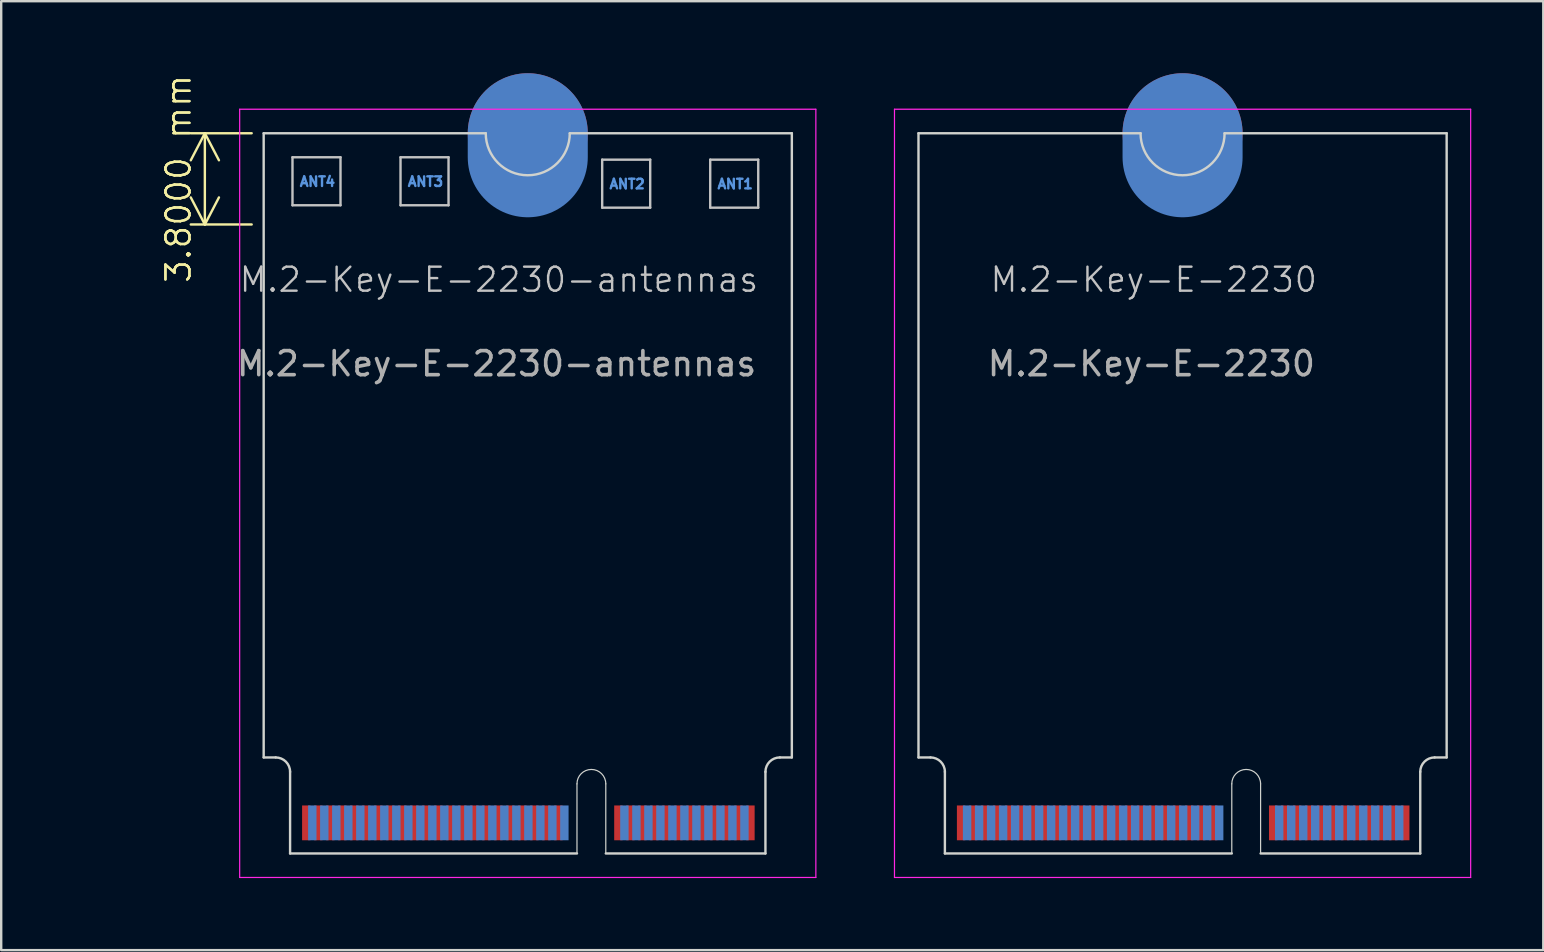
<source format=kicad_pcb>
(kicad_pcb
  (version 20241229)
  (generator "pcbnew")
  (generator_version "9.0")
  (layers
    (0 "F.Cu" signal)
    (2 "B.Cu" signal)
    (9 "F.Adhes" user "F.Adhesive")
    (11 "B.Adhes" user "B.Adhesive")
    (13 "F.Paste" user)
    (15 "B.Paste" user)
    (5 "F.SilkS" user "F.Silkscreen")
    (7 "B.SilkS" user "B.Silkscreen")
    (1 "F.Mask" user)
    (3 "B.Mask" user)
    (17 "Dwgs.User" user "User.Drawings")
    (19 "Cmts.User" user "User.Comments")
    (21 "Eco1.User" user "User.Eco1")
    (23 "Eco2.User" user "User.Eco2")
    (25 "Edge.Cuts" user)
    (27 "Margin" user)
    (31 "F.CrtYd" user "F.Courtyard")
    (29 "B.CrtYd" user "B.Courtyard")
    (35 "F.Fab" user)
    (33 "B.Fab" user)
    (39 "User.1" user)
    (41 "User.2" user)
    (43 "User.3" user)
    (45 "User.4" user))
  (footprint "M.2-Key-E-2230-antennas"
    (layer "F.Cu")
    (at 6.933 1.5)
    (property "Reference" "M.2-Key-E-2230-antennas" (at 10.8 7.1 0) (unlocked yes) (layer "Dwgs.User") (effects (font (size 1 1) (thickness 0.1))))
    (attr exclude_from_bom)
    (fp_line (start 2.2 2) (end 2.2 4) (stroke (width 0.1) (type default)) (layer "Dwgs.User"))
    (fp_line (start 2.2 4) (end 4.2 4) (stroke (width 0.1) (type default)) (layer "Dwgs.User"))
    (fp_line (start 4.2 2) (end 2.2 2) (stroke (width 0.1) (type default)) (layer "Dwgs.User"))
    (fp_line (start 4.2 4) (end 4.2 2) (stroke (width 0.1) (type default)) (layer "Dwgs.User"))
    (fp_line (start 6.7 2) (end 8.7 2) (stroke (width 0.1) (type default)) (layer "Dwgs.User"))
    (fp_line (start 6.7 4) (end 6.7 2) (stroke (width 0.1) (type default)) (layer "Dwgs.User"))
    (fp_line (start 8.7 2) (end 8.7 4) (stroke (width 0.1) (type default)) (layer "Dwgs.User"))
    (fp_line (start 8.7 4) (end 6.7 4) (stroke (width 0.1) (type default)) (layer "Dwgs.User"))
    (fp_line (start 15.1 2.1) (end 17.1 2.1) (stroke (width 0.1) (type default)) (layer "Dwgs.User"))
    (fp_line (start 15.1 4.1) (end 15.1 2.1) (stroke (width 0.1) (type default)) (layer "Dwgs.User"))
    (fp_line (start 17.1 2.1) (end 17.1 4.1) (stroke (width 0.1) (type default)) (layer "Dwgs.User"))
    (fp_line (start 17.1 4.1) (end 15.1 4.1) (stroke (width 0.1) (type default)) (layer "Dwgs.User"))
    (fp_line (start 19.6 2.1) (end 21.6 2.1) (stroke (width 0.1) (type default)) (layer "Dwgs.User"))
    (fp_line (start 19.6 4.1) (end 19.6 2.1) (stroke (width 0.1) (type default)) (layer "Dwgs.User"))
    (fp_line (start 21.6 2.1) (end 21.6 4.1) (stroke (width 0.1) (type default)) (layer "Dwgs.User"))
    (fp_line (start 21.6 4.1) (end 19.6 4.1) (stroke (width 0.1) (type default)) (layer "Dwgs.User"))
    (fp_line (start 1 1) (end 1 27) (stroke (width 0.1) (type default)) (layer "Edge.Cuts"))
    (fp_line (start 1 1) (end 10.25 1) (stroke (width 0.1) (type default)) (layer "Edge.Cuts"))
    (fp_line (start 1 27) (end 1.5 27) (stroke (width 0.1) (type default)) (layer "Edge.Cuts"))
    (fp_line (start 2.1 27.6) (end 2.1 31) (stroke (width 0.1) (type default)) (layer "Edge.Cuts"))
    (fp_line (start 2.1 31) (end 14.05 31) (stroke (width 0.1) (type default)) (layer "Edge.Cuts"))
    (fp_line (start 14.05 31) (end 14.05 28.1) (stroke (width 0.05) (type default)) (layer "Edge.Cuts"))
    (fp_line (start 15.25 28.1) (end 15.25 31) (stroke (width 0.05) (type default)) (layer "Edge.Cuts"))
    (fp_line (start 15.25 31) (end 21.9 31) (stroke (width 0.1) (type default)) (layer "Edge.Cuts"))
    (fp_line (start 21.9 27.6) (end 21.9 31) (stroke (width 0.1) (type default)) (layer "Edge.Cuts"))
    (fp_line (start 23 1) (end 13.75 1) (stroke (width 0.1) (type default)) (layer "Edge.Cuts"))
    (fp_line (start 23 1) (end 23 27) (stroke (width 0.1) (type default)) (layer "Edge.Cuts"))
    (fp_line (start 23 27) (end 22.5 27) (stroke (width 0.1) (type default)) (layer "Edge.Cuts"))
    (fp_arc (start 1.5 27) (mid 1.924264 27.175736) (end 2.1 27.6) (stroke (width 0.1) (type default)) (layer "Edge.Cuts"))
    (fp_arc (start 13.75 1) (mid 12 2.75) (end 10.25 1) (stroke (width 0.1) (type default)) (layer "Edge.Cuts"))
    (fp_arc (start 14.05 28.1) (mid 14.65 27.5) (end 15.25 28.1) (stroke (width 0.05) (type default)) (layer "Edge.Cuts"))
    (fp_arc (start 21.9 27.6) (mid 22.075736 27.175736) (end 22.5 27) (stroke (width 0.1) (type default)) (layer "Edge.Cuts"))
    (fp_line (start 0 0) (end 0 32) (stroke (width 0.05) (type default)) (layer "F.CrtYd"))
    (fp_line (start 0 32) (end 24 32) (stroke (width 0.05) (type default)) (layer "F.CrtYd"))
    (fp_line (start 24 0) (end 0 0) (stroke (width 0.05) (type default)) (layer "F.CrtYd"))
    (fp_line (start 24 32) (end 24 0) (stroke (width 0.05) (type default)) (layer "F.CrtYd"))
    (fp_text user "ANT1" (at 19.85 3.35 0) (unlocked yes) (layer "Cmts.User") (effects (font (size 0.4 0.4) (thickness 0.1) (bold yes)) (justify left bottom)))
    (fp_text user "ANT2" (at 15.35 3.35 0) (unlocked yes) (layer "Cmts.User") (effects (font (size 0.4 0.4) (thickness 0.1) (bold yes)) (justify left bottom)))
    (fp_text user "ANT4" (at 2.45 3.25 0) (unlocked yes) (layer "Cmts.User") (effects (font (size 0.4 0.4) (thickness 0.1) (bold yes)) (justify left bottom)))
    (fp_text user "ANT3" (at 6.95 3.25 0) (unlocked yes) (layer "Cmts.User") (effects (font (size 0.4 0.4) (thickness 0.1) (bold yes)) (justify left bottom)))
    (fp_text user "${REFERENCE}" (at 10.7 10.6 0) (unlocked yes) (layer "F.Fab") (effects (font (size 1 1) (thickness 0.15))))
    (dimension (type aligned) (layer "F.SilkS") (pts (xy 7.933 2.5) (xy 7.933 6.3)) (height 2.45) (format (prefix "") (suffix "") (units 3) (units_format 1) (precision 4)) (style (thickness 0.1) (arrow_length 1.27) (text_position_mode 0) (arrow_direction outward) (extension_height 0.586) (extension_offset 0.5) (keep_text_aligned yes)) (gr_text "3.8000 mm" (at 4.383 4.4 90) (layer "F.SilkS") (effects (font (size 1 1) (thickness 0.1)))))
    (pad "1" connect rect (at 21.275 29.725) (size 0.35 1.45) (layers "F.Cu" "F.Mask"))
    (pad "2" connect rect (at 21.025 29.725) (size 0.35 1.45) (layers "B.Cu" "B.Mask"))
    (pad "3" connect rect (at 20.775 29.725) (size 0.35 1.45) (layers "F.Cu" "F.Mask"))
    (pad "4" connect rect (at 20.525 29.725) (size 0.35 1.45) (layers "B.Cu" "B.Mask"))
    (pad "5" connect rect (at 20.275 29.725) (size 0.35 1.45) (layers "F.Cu" "F.Mask"))
    (pad "6" connect rect (at 20.025 29.725) (size 0.35 1.45) (layers "B.Cu" "B.Mask"))
    (pad "7" connect rect (at 19.775 29.725) (size 0.35 1.45) (layers "F.Cu" "F.Mask"))
    (pad "8" connect rect (at 19.525 29.725) (size 0.35 1.45) (layers "B.Cu" "B.Mask"))
    (pad "9" connect rect (at 19.275 29.725) (size 0.35 1.45) (layers "F.Cu" "F.Mask"))
    (pad "10" connect rect (at 19.025 29.725) (size 0.35 1.45) (layers "B.Cu" "B.Mask"))
    (pad "11" connect rect (at 18.775 29.725) (size 0.35 1.45) (layers "F.Cu" "F.Mask"))
    (pad "12" connect rect (at 18.525 29.725) (size 0.35 1.45) (layers "B.Cu" "B.Mask"))
    (pad "13" connect rect (at 18.275 29.725) (size 0.35 1.45) (layers "F.Cu" "F.Mask"))
    (pad "14" connect rect (at 18.025 29.725) (size 0.35 1.45) (layers "B.Cu" "B.Mask"))
    (pad "15" connect rect (at 17.775 29.725) (size 0.35 1.45) (layers "F.Cu" "F.Mask"))
    (pad "16" connect rect (at 17.525 29.725) (size 0.35 1.45) (layers "B.Cu" "B.Mask"))
    (pad "17" connect rect (at 17.275 29.725) (size 0.35 1.45) (layers "F.Cu" "F.Mask"))
    (pad "18" connect rect (at 17.025 29.725) (size 0.35 1.45) (layers "B.Cu" "B.Mask"))
    (pad "19" connect rect (at 16.775 29.725) (size 0.35 1.45) (layers "F.Cu" "F.Mask"))
    (pad "20" connect rect (at 16.525 29.725) (size 0.35 1.45) (layers "B.Cu" "B.Mask"))
    (pad "21" connect rect (at 16.275 29.725) (size 0.35 1.45) (layers "F.Cu" "F.Mask"))
    (pad "22" connect rect (at 16.025 29.725) (size 0.35 1.45) (layers "B.Cu" "B.Mask"))
    (pad "23" connect rect (at 15.775 29.725) (size 0.35 1.45) (layers "F.Cu" "F.Mask"))
    (pad "32" connect rect (at 13.525 29.725) (size 0.35 1.45) (layers "B.Cu" "B.Mask"))
    (pad "33" connect rect (at 13.275 29.725) (size 0.35 1.45) (layers "F.Cu" "F.Mask"))
    (pad "34" connect rect (at 13.025 29.725) (size 0.35 1.45) (layers "B.Cu" "B.Mask"))
    (pad "35" connect rect (at 12.775 29.725) (size 0.35 1.45) (layers "F.Cu" "F.Mask"))
    (pad "36" connect rect (at 12.525 29.725) (size 0.35 1.45) (layers "B.Cu" "B.Mask"))
    (pad "37" connect rect (at 12.275 29.725) (size 0.35 1.45) (layers "F.Cu" "F.Mask"))
    (pad "38" connect rect (at 12.025 29.725) (size 0.35 1.45) (layers "B.Cu" "B.Mask"))
    (pad "39" connect rect (at 11.775 29.725) (size 0.35 1.45) (layers "F.Cu" "F.Mask"))
    (pad "40" connect rect (at 11.525 29.725) (size 0.35 1.45) (layers "B.Cu" "B.Mask"))
    (pad "41" connect rect (at 11.275 29.725) (size 0.35 1.45) (layers "F.Cu" "F.Mask"))
    (pad "42" connect rect (at 11.025 29.725) (size 0.35 1.45) (layers "B.Cu" "B.Mask"))
    (pad "43" connect rect (at 10.775 29.725) (size 0.35 1.45) (layers "F.Cu" "F.Mask"))
    (pad "44" connect rect (at 10.525 29.725) (size 0.35 1.45) (layers "B.Cu" "B.Mask"))
    (pad "45" connect rect (at 10.275 29.725) (size 0.35 1.45) (layers "F.Cu" "F.Mask"))
    (pad "46" connect rect (at 10.025 29.725) (size 0.35 1.45) (layers "B.Cu" "B.Mask"))
    (pad "47" connect rect (at 9.775 29.725) (size 0.35 1.45) (layers "F.Cu" "F.Mask"))
    (pad "48" connect rect (at 9.525 29.725) (size 0.35 1.45) (layers "B.Cu" "B.Mask"))
    (pad "49" connect rect (at 9.275 29.725) (size 0.35 1.45) (layers "F.Cu" "F.Mask"))
    (pad "50" connect rect (at 9.025 29.725) (size 0.35 1.45) (layers "B.Cu" "B.Mask"))
    (pad "51" connect rect (at 8.775 29.725) (size 0.35 1.45) (layers "F.Cu" "F.Mask"))
    (pad "52" connect rect (at 8.525 29.725) (size 0.35 1.45) (layers "B.Cu" "B.Mask"))
    (pad "53" connect rect (at 8.275 29.725) (size 0.35 1.45) (layers "F.Cu" "F.Mask"))
    (pad "54" connect rect (at 8.025 29.725) (size 0.35 1.45) (layers "B.Cu" "B.Mask"))
    (pad "55" connect rect (at 7.775 29.725) (size 0.35 1.45) (layers "F.Cu" "F.Mask"))
    (pad "56" connect rect (at 7.525 29.725) (size 0.35 1.45) (layers "B.Cu" "B.Mask"))
    (pad "57" connect rect (at 7.275 29.725) (size 0.35 1.45) (layers "F.Cu" "F.Mask"))
    (pad "58" connect rect (at 7.025 29.725) (size 0.35 1.45) (layers "B.Cu" "B.Mask"))
    (pad "59" connect rect (at 6.775 29.725) (size 0.35 1.45) (layers "F.Cu" "F.Mask"))
    (pad "60" connect rect (at 6.525 29.725) (size 0.35 1.45) (layers "B.Cu" "B.Mask"))
    (pad "61" connect rect (at 6.275 29.725) (size 0.35 1.45) (layers "F.Cu" "F.Mask"))
    (pad "62" connect rect (at 6.025 29.725) (size 0.35 1.45) (layers "B.Cu" "B.Mask"))
    (pad "63" connect rect (at 5.775 29.725) (size 0.35 1.45) (layers "F.Cu" "F.Mask"))
    (pad "64" connect rect (at 5.525 29.725) (size 0.35 1.45) (layers "B.Cu" "B.Mask"))
    (pad "65" connect rect (at 5.275 29.725) (size 0.35 1.45) (layers "F.Cu" "F.Mask"))
    (pad "66" connect rect (at 5.025 29.725) (size 0.35 1.45) (layers "B.Cu" "B.Mask"))
    (pad "67" connect rect (at 4.775 29.725) (size 0.35 1.45) (layers "F.Cu" "F.Mask"))
    (pad "68" connect rect (at 4.525 29.725) (size 0.35 1.45) (layers "B.Cu" "B.Mask"))
    (pad "69" connect rect (at 4.275 29.725) (size 0.35 1.45) (layers "F.Cu" "F.Mask"))
    (pad "70" connect rect (at 4.025 29.725) (size 0.35 1.45) (layers "B.Cu" "B.Mask"))
    (pad "71" connect rect (at 3.775 29.725) (size 0.35 1.45) (layers "F.Cu" "F.Mask"))
    (pad "72" connect rect (at 3.525 29.725) (size 0.35 1.45) (layers "B.Cu" "B.Mask"))
    (pad "73" connect rect (at 3.275 29.725) (size 0.35 1.45) (layers "F.Cu" "F.Mask"))
    (pad "74" connect rect (at 3.025 29.725) (size 0.35 1.45) (layers "B.Cu" "B.Mask"))
    (pad "75" connect rect (at 2.775 29.725) (size 0.35 1.45) (layers "F.Cu" "F.Mask"))
    (pad "76" connect circle (at 12 1) (size 5 5) (layers "F.Cu" "F.Mask"))
    (pad "77" connect oval (at 12 1.5) (size 5 6) (layers "B.Cu" "B.Mask"))
    (zone (net_name "") (layers "F.Cu" "B.Cu") (name "ANTENNAS") (hatch edge 0.5) (connect_pads) (min_thickness 0.25) (filled_areas_thickness no) (keepout (tracks allowed) (vias allowed) (pads not_allowed) (copperpour allowed) (footprints not_allowed)) (placement (enabled no)) (fill) (polygon (pts (xy 29.933 6.3) (xy 28.533 6.3) (xy 28.533 3.6) (xy 26.533 3.6) (xy 26.533 5.6) (xy 28.533 5.6) (xy 28.533 6.3) (xy 24.033 6.3) (xy 24.033 3.6) (xy 22.033 3.6) (xy 22.033 5.6) (xy 24.033 5.6) (xy 24.033 6.3) (xy 15.633 6.3) (xy 15.633 3.5) (xy 13.633 3.5) (xy 13.633 5.5) (xy 15.633 5.5) (xy 15.633 6.3) (xy 11.133 6.3) (xy 11.133 3.5) (xy 9.133 3.5) (xy 9.133 5.5) (xy 11.133 5.5) (xy 11.133 6.3) (xy 7.933 6.3) (xy 7.933 2.5) (xy 29.933 2.5))))
    (zone (net_name "") (layers "F.Cu" "Dwgs.User") (name "ANT4") (hatch edge 0.5) (connect_pads) (min_thickness 0.25) (filled_areas_thickness no) (keepout (tracks allowed) (vias allowed) (pads allowed) (copperpour not_allowed) (footprints allowed)) (placement (enabled no)) (fill) (polygon (pts (xy 9.133 3.5) (xy 11.133 3.5) (xy 11.133 5.5) (xy 9.133 5.5))))
    (zone (net_name "") (layers "F.Cu" "Dwgs.User") (name "ANT3") (hatch edge 0.5) (connect_pads) (min_thickness 0.25) (filled_areas_thickness no) (keepout (tracks allowed) (vias allowed) (pads allowed) (copperpour not_allowed) (footprints allowed)) (placement (enabled no)) (fill) (polygon (pts (xy 13.633 3.5) (xy 15.633 3.5) (xy 15.633 5.5) (xy 13.633 5.5))))
    (zone (net_name "") (layers "F.Cu" "Dwgs.User") (name "ANT2") (hatch edge 0.5) (connect_pads) (min_thickness 0.25) (filled_areas_thickness no) (keepout (tracks allowed) (vias allowed) (pads allowed) (copperpour not_allowed) (footprints allowed)) (placement (enabled no)) (fill) (polygon (pts (xy 22.033 3.6) (xy 24.033 3.6) (xy 24.033 5.6) (xy 22.033 5.6))))
    (zone (net_name "") (layers "F.Cu" "Dwgs.User") (name "ANT1") (hatch edge 0.5) (connect_pads) (min_thickness 0.25) (filled_areas_thickness no) (keepout (tracks allowed) (vias allowed) (pads allowed) (copperpour not_allowed) (footprints allowed)) (placement (enabled no)) (fill) (polygon (pts (xy 26.533 3.6) (xy 28.533 3.6) (xy 28.533 5.6) (xy 26.533 5.6)))))
  (footprint "M.2-Key-E-2230"
    (layer "F.Cu")
    (at 34.208 1.5)
    (property "Reference" "M.2-Key-E-2230" (at 10.8 7.1 0) (unlocked yes) (layer "Dwgs.User") (effects (font (size 1 1) (thickness 0.1))))
    (attr exclude_from_pos_files exclude_from_bom allow_missing_courtyard)
    (fp_line (start 1 1) (end 1 27) (stroke (width 0.1) (type default)) (layer "Edge.Cuts"))
    (fp_line (start 1 1) (end 10.25 1) (stroke (width 0.1) (type default)) (layer "Edge.Cuts"))
    (fp_line (start 1 27) (end 1.5 27) (stroke (width 0.1) (type default)) (layer "Edge.Cuts"))
    (fp_line (start 2.1 27.6) (end 2.1 31) (stroke (width 0.1) (type default)) (layer "Edge.Cuts"))
    (fp_line (start 2.1 31) (end 14.05 31) (stroke (width 0.1) (type default)) (layer "Edge.Cuts"))
    (fp_line (start 14.05 31) (end 14.05 28.1) (stroke (width 0.05) (type default)) (layer "Edge.Cuts"))
    (fp_line (start 15.25 28.1) (end 15.25 31) (stroke (width 0.05) (type default)) (layer "Edge.Cuts"))
    (fp_line (start 15.25 31) (end 21.9 31) (stroke (width 0.1) (type default)) (layer "Edge.Cuts"))
    (fp_line (start 21.9 27.6) (end 21.9 31) (stroke (width 0.1) (type default)) (layer "Edge.Cuts"))
    (fp_line (start 23 1) (end 13.75 1) (stroke (width 0.1) (type default)) (layer "Edge.Cuts"))
    (fp_line (start 23 1) (end 23 27) (stroke (width 0.1) (type default)) (layer "Edge.Cuts"))
    (fp_line (start 23 27) (end 22.5 27) (stroke (width 0.1) (type default)) (layer "Edge.Cuts"))
    (fp_arc (start 1.5 27) (mid 1.924264 27.175736) (end 2.1 27.6) (stroke (width 0.1) (type default)) (layer "Edge.Cuts"))
    (fp_arc (start 13.75 1) (mid 12 2.75) (end 10.25 1) (stroke (width 0.1) (type default)) (layer "Edge.Cuts"))
    (fp_arc (start 14.05 28.1) (mid 14.65 27.5) (end 15.25 28.1) (stroke (width 0.05) (type default)) (layer "Edge.Cuts"))
    (fp_arc (start 21.9 27.6) (mid 22.075736 27.175736) (end 22.5 27) (stroke (width 0.1) (type default)) (layer "Edge.Cuts"))
    (fp_line (start 0 0) (end 0 32) (stroke (width 0.05) (type default)) (layer "F.CrtYd"))
    (fp_line (start 0 32) (end 24 32) (stroke (width 0.05) (type default)) (layer "F.CrtYd"))
    (fp_line (start 24 0) (end 0 0) (stroke (width 0.05) (type default)) (layer "F.CrtYd"))
    (fp_line (start 24 32) (end 24 0) (stroke (width 0.05) (type default)) (layer "F.CrtYd"))
    (fp_text user "${REFERENCE}" (at 10.7 10.6 0) (unlocked yes) (layer "F.Fab") (effects (font (size 1 1) (thickness 0.15))))
    (pad "1" connect rect (at 21.275 29.725) (size 0.35 1.45) (layers "F.Cu" "F.Mask"))
    (pad "2" connect rect (at 21.025 29.725) (size 0.35 1.45) (layers "B.Cu" "B.Mask"))
    (pad "3" connect rect (at 20.775 29.725) (size 0.35 1.45) (layers "F.Cu" "F.Mask"))
    (pad "4" connect rect (at 20.525 29.725) (size 0.35 1.45) (layers "B.Cu" "B.Mask"))
    (pad "5" connect rect (at 20.275 29.725) (size 0.35 1.45) (layers "F.Cu" "F.Mask"))
    (pad "6" connect rect (at 20.025 29.725) (size 0.35 1.45) (layers "B.Cu" "B.Mask"))
    (pad "7" connect rect (at 19.775 29.725) (size 0.35 1.45) (layers "F.Cu" "F.Mask"))
    (pad "8" connect rect (at 19.525 29.725) (size 0.35 1.45) (layers "B.Cu" "B.Mask"))
    (pad "9" connect rect (at 19.275 29.725) (size 0.35 1.45) (layers "F.Cu" "F.Mask"))
    (pad "10" connect rect (at 19.025 29.725) (size 0.35 1.45) (layers "B.Cu" "B.Mask"))
    (pad "11" connect rect (at 18.775 29.725) (size 0.35 1.45) (layers "F.Cu" "F.Mask"))
    (pad "12" connect rect (at 18.525 29.725) (size 0.35 1.45) (layers "B.Cu" "B.Mask"))
    (pad "13" connect rect (at 18.275 29.725) (size 0.35 1.45) (layers "F.Cu" "F.Mask"))
    (pad "14" connect rect (at 18.025 29.725) (size 0.35 1.45) (layers "B.Cu" "B.Mask"))
    (pad "15" connect rect (at 17.775 29.725) (size 0.35 1.45) (layers "F.Cu" "F.Mask"))
    (pad "16" connect rect (at 17.525 29.725) (size 0.35 1.45) (layers "B.Cu" "B.Mask"))
    (pad "17" connect rect (at 17.275 29.725) (size 0.35 1.45) (layers "F.Cu" "F.Mask"))
    (pad "18" connect rect (at 17.025 29.725) (size 0.35 1.45) (layers "B.Cu" "B.Mask"))
    (pad "19" connect rect (at 16.775 29.725) (size 0.35 1.45) (layers "F.Cu" "F.Mask"))
    (pad "20" connect rect (at 16.525 29.725) (size 0.35 1.45) (layers "B.Cu" "B.Mask"))
    (pad "21" connect rect (at 16.275 29.725) (size 0.35 1.45) (layers "F.Cu" "F.Mask"))
    (pad "22" connect rect (at 16.025 29.725) (size 0.35 1.45) (layers "B.Cu" "B.Mask"))
    (pad "23" connect rect (at 15.775 29.725) (size 0.35 1.45) (layers "F.Cu" "F.Mask"))
    (pad "32" connect rect (at 13.525 29.725) (size 0.35 1.45) (layers "B.Cu" "B.Mask"))
    (pad "33" connect rect (at 13.275 29.725) (size 0.35 1.45) (layers "F.Cu" "F.Mask"))
    (pad "34" connect rect (at 13.025 29.725) (size 0.35 1.45) (layers "B.Cu" "B.Mask"))
    (pad "35" connect rect (at 12.775 29.725) (size 0.35 1.45) (layers "F.Cu" "F.Mask"))
    (pad "36" connect rect (at 12.525 29.725) (size 0.35 1.45) (layers "B.Cu" "B.Mask"))
    (pad "37" connect rect (at 12.275 29.725) (size 0.35 1.45) (layers "F.Cu" "F.Mask"))
    (pad "38" connect rect (at 12.025 29.725) (size 0.35 1.45) (layers "B.Cu" "B.Mask"))
    (pad "39" connect rect (at 11.775 29.725) (size 0.35 1.45) (layers "F.Cu" "F.Mask"))
    (pad "40" connect rect (at 11.525 29.725) (size 0.35 1.45) (layers "B.Cu" "B.Mask"))
    (pad "41" connect rect (at 11.275 29.725) (size 0.35 1.45) (layers "F.Cu" "F.Mask"))
    (pad "42" connect rect (at 11.025 29.725) (size 0.35 1.45) (layers "B.Cu" "B.Mask"))
    (pad "43" connect rect (at 10.775 29.725) (size 0.35 1.45) (layers "F.Cu" "F.Mask"))
    (pad "44" connect rect (at 10.525 29.725) (size 0.35 1.45) (layers "B.Cu" "B.Mask"))
    (pad "45" connect rect (at 10.275 29.725) (size 0.35 1.45) (layers "F.Cu" "F.Mask"))
    (pad "46" connect rect (at 10.025 29.725) (size 0.35 1.45) (layers "B.Cu" "B.Mask"))
    (pad "47" connect rect (at 9.775 29.725) (size 0.35 1.45) (layers "F.Cu" "F.Mask"))
    (pad "48" connect rect (at 9.525 29.725) (size 0.35 1.45) (layers "B.Cu" "B.Mask"))
    (pad "49" connect rect (at 9.275 29.725) (size 0.35 1.45) (layers "F.Cu" "F.Mask"))
    (pad "50" connect rect (at 9.025 29.725) (size 0.35 1.45) (layers "B.Cu" "B.Mask"))
    (pad "51" connect rect (at 8.775 29.725) (size 0.35 1.45) (layers "F.Cu" "F.Mask"))
    (pad "52" connect rect (at 8.525 29.725) (size 0.35 1.45) (layers "B.Cu" "B.Mask"))
    (pad "53" connect rect (at 8.275 29.725) (size 0.35 1.45) (layers "F.Cu" "F.Mask"))
    (pad "54" connect rect (at 8.025 29.725) (size 0.35 1.45) (layers "B.Cu" "B.Mask"))
    (pad "55" connect rect (at 7.775 29.725) (size 0.35 1.45) (layers "F.Cu" "F.Mask"))
    (pad "56" connect rect (at 7.525 29.725) (size 0.35 1.45) (layers "B.Cu" "B.Mask"))
    (pad "57" connect rect (at 7.275 29.725) (size 0.35 1.45) (layers "F.Cu" "F.Mask"))
    (pad "58" connect rect (at 7.025 29.725) (size 0.35 1.45) (layers "B.Cu" "B.Mask"))
    (pad "59" connect rect (at 6.775 29.725) (size 0.35 1.45) (layers "F.Cu" "F.Mask"))
    (pad "60" connect rect (at 6.525 29.725) (size 0.35 1.45) (layers "B.Cu" "B.Mask"))
    (pad "61" connect rect (at 6.275 29.725) (size 0.35 1.45) (layers "F.Cu" "F.Mask"))
    (pad "62" connect rect (at 6.025 29.725) (size 0.35 1.45) (layers "B.Cu" "B.Mask"))
    (pad "63" connect rect (at 5.775 29.725) (size 0.35 1.45) (layers "F.Cu" "F.Mask"))
    (pad "64" connect rect (at 5.525 29.725) (size 0.35 1.45) (layers "B.Cu" "B.Mask"))
    (pad "65" connect rect (at 5.275 29.725) (size 0.35 1.45) (layers "F.Cu" "F.Mask"))
    (pad "66" connect rect (at 5.025 29.725) (size 0.35 1.45) (layers "B.Cu" "B.Mask"))
    (pad "67" connect rect (at 4.775 29.725) (size 0.35 1.45) (layers "F.Cu" "F.Mask"))
    (pad "68" connect rect (at 4.525 29.725) (size 0.35 1.45) (layers "B.Cu" "B.Mask"))
    (pad "69" connect rect (at 4.275 29.725) (size 0.35 1.45) (layers "F.Cu" "F.Mask"))
    (pad "70" connect rect (at 4.025 29.725) (size 0.35 1.45) (layers "B.Cu" "B.Mask"))
    (pad "71" connect rect (at 3.775 29.725) (size 0.35 1.45) (layers "F.Cu" "F.Mask"))
    (pad "72" connect rect (at 3.525 29.725) (size 0.35 1.45) (layers "B.Cu" "B.Mask"))
    (pad "73" connect rect (at 3.275 29.725) (size 0.35 1.45) (layers "F.Cu" "F.Mask"))
    (pad "74" connect rect (at 3.025 29.725) (size 0.35 1.45) (layers "B.Cu" "B.Mask"))
    (pad "75" connect rect (at 2.775 29.725) (size 0.35 1.45) (layers "F.Cu" "F.Mask"))
    (pad "76" connect circle (at 12 1) (size 5 5) (layers "F.Cu" "F.Mask"))
    (pad "76" connect oval (at 12 1.5) (size 5 6) (layers "B.Cu" "B.Mask"))
    (zone (net_name "") (layer "F.Cu") (name "TOP COMPONENT KEEPOUT") (hatch edge 0.5) (connect_pads) (min_thickness 0.25) (filled_areas_thickness no) (keepout (tracks allowed) (vias allowed) (pads allowed) (copperpour allowed) (footprints not_allowed)) (placement (enabled no)) (fill) (polygon (pts (xy 36.308 32.5) (xy 36.308 28.5) (xy 56.108 28.5) (xy 56.108 32.5)))))
  (gr_rect
    (start -3 -3)
    (end 61.233 36.525)
    (stroke (width 0.1) (type default))
    (fill no)
    (layer "Edge.Cuts")))
</source>
